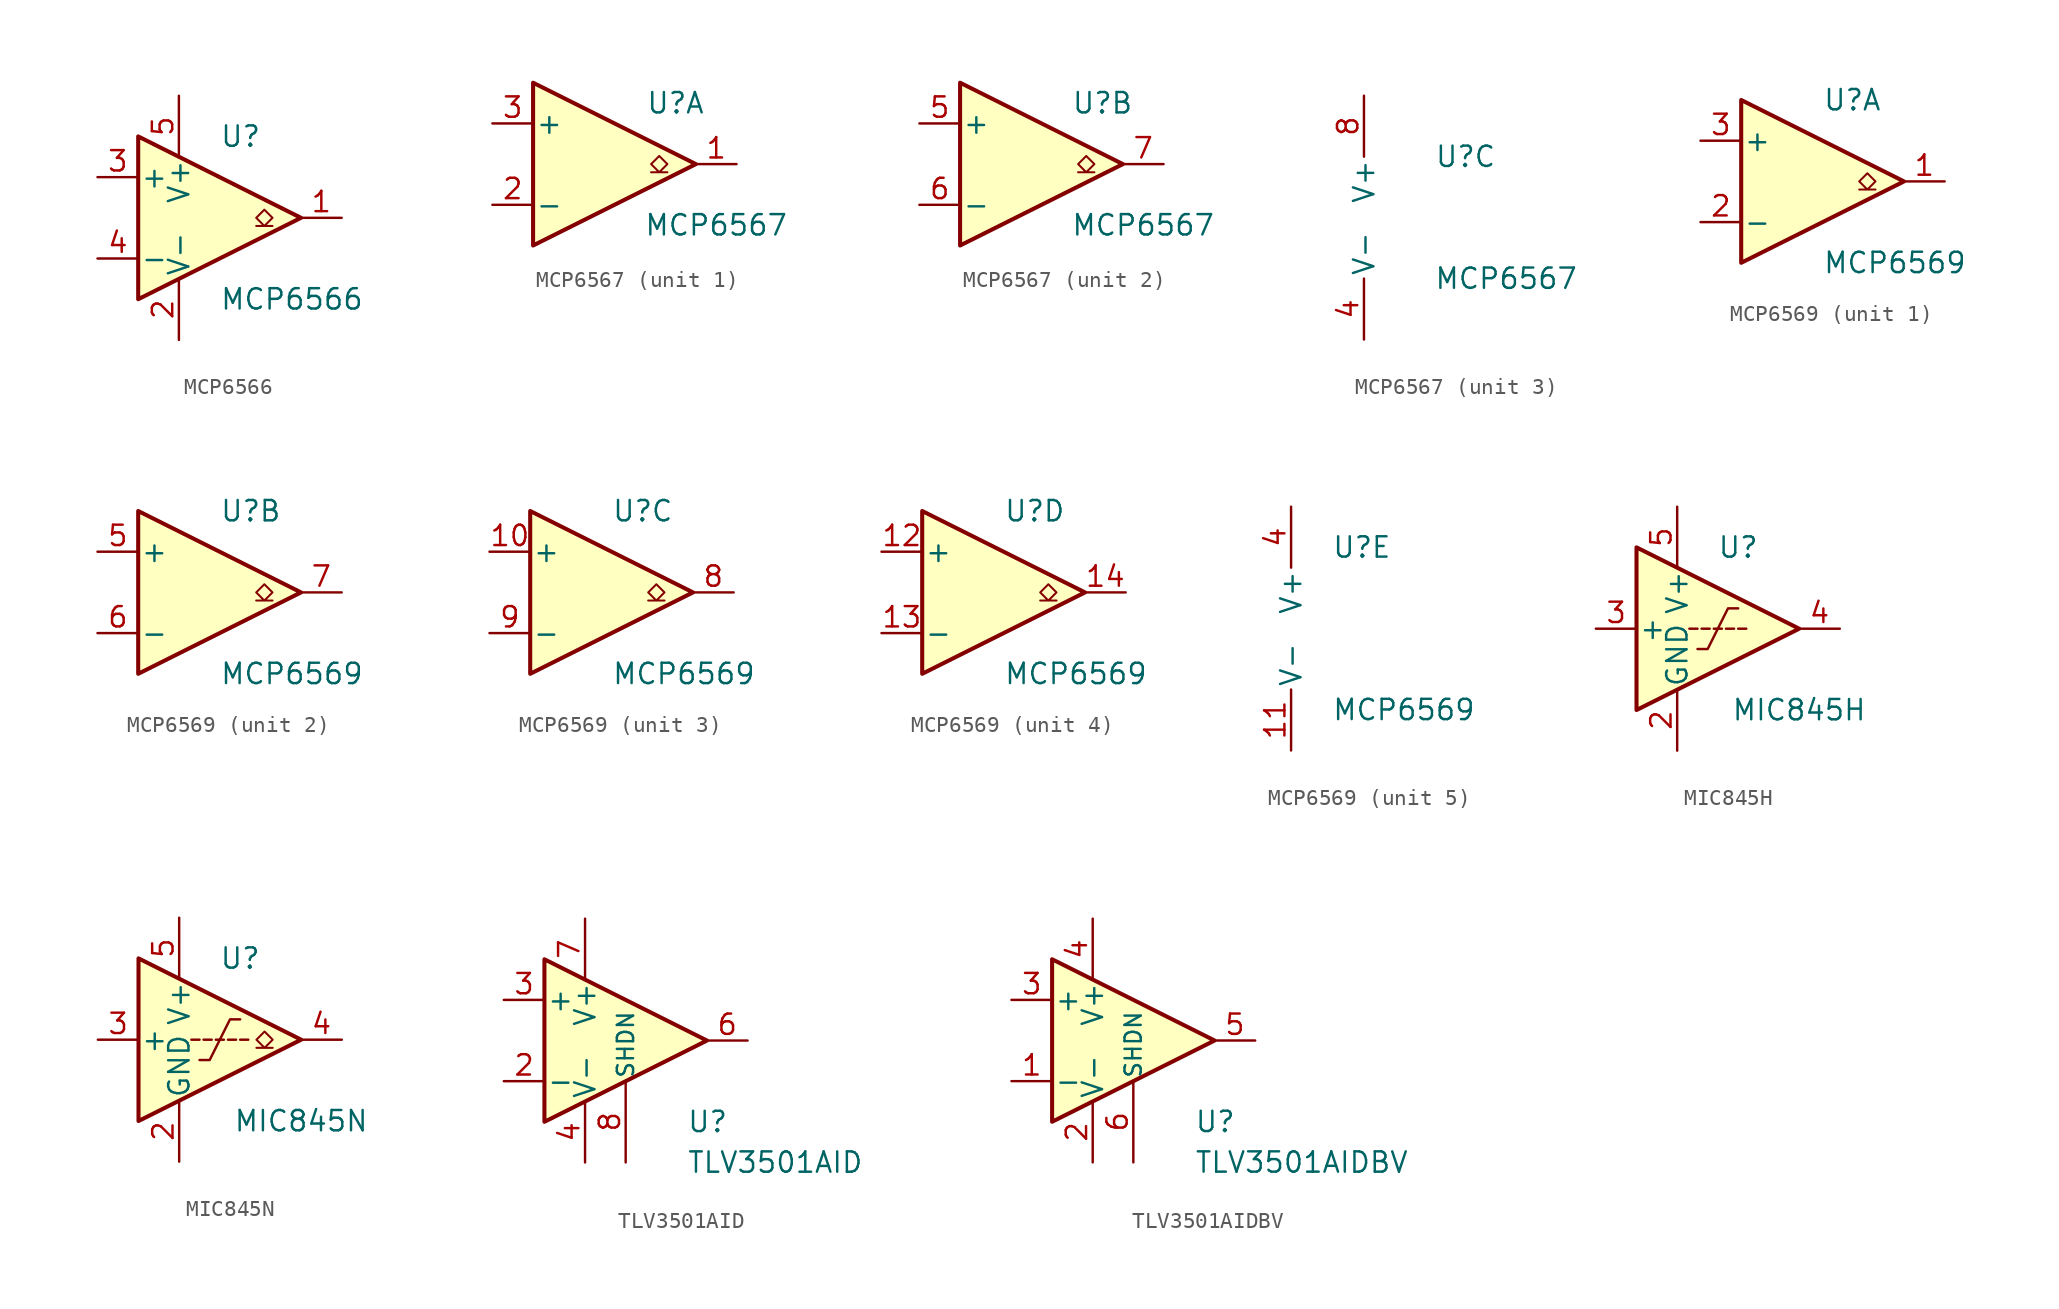
<source format=kicad_sym>
(kicad_symbol_lib
  (version 20241209)
  (generator "kicad_symbol_editor")
  (generator_version "9.0")
  (symbol "MCP6566"
    (pin_names
      (offset 0.127))
    (property "Reference" "U"
      (at 0 5.08 0)
      (effects (font (size 1.27 1.27)) (justify left)))
    (property "Value" "MCP6566"
      (at 0 -5.08 0)
      (effects (font (size 1.27 1.27)) (justify left)))
    (symbol "MCP6566_0_1"
      (polyline (pts (xy -5.08 5.08) (xy 5.08 0) (xy -5.08 -5.08) (xy -5.08 5.08)) (stroke (width 0.254) (type default)) (fill (type background)))
      (polyline (pts (xy 3.302 -0.508) (xy 2.794 -0.508) (xy 3.302 0) (xy 2.794 0.508) (xy 2.286 0) (xy 2.794 -0.508) (xy 2.286 -0.508)) (stroke (width 0.127) (type default)) (fill (type none)))
      (pin power_in line (at -2.54 7.62 270) (length 3.81) (name "V+" (effects (font (size 1.27 1.27)))) (number "5" (effects (font (size 1.27 1.27)))))
      (pin power_in line (at -2.54 -7.62 90) (length 3.81) (name "V-" (effects (font (size 1.27 1.27)))) (number "2" (effects (font (size 1.27 1.27))))))
    (symbol "MCP6566_1_1"
      (pin input line (at -7.62 2.54 0) (length 2.54) (name "+" (effects (font (size 1.27 1.27)))) (number "3" (effects (font (size 1.27 1.27)))))
      (pin input line (at -7.62 -2.54 0) (length 2.54) (name "-" (effects (font (size 1.27 1.27)))) (number "4" (effects (font (size 1.27 1.27)))))
      (pin open_collector line (at 7.62 0 180) (length 2.54) (name "~" (effects (font (size 1.27 1.27)))) (number "1" (effects (font (size 1.27 1.27)))))))
  (symbol "MCP6567"
    (pin_names
      (offset 0.127))
    (property "Reference" "U"
      (at 3.81 3.81 0)
      (effects (font (size 1.27 1.27))))
    (property "Value" "MCP6567"
      (at 6.35 -3.81 0)
      (effects (font (size 1.27 1.27))))
    (property "ki_locked" ""
      (at 0 0 0)
      (effects (font (size 1.27 1.27))))
    (symbol "MCP6567_1_1"
      (polyline (pts (xy -5.08 5.08) (xy 5.08 0) (xy -5.08 -5.08) (xy -5.08 5.08)) (stroke (width 0.254) (type default)) (fill (type background)))
      (polyline (pts (xy 3.302 -0.508) (xy 2.794 -0.508) (xy 3.302 0) (xy 2.794 0.508) (xy 2.286 0) (xy 2.794 -0.508) (xy 2.286 -0.508)) (stroke (width 0.127) (type default)) (fill (type none)))
      (pin input line (at -7.62 2.54 0) (length 2.54) (name "+" (effects (font (size 1.27 1.27)))) (number "3" (effects (font (size 1.27 1.27)))))
      (pin input line (at -7.62 -2.54 0) (length 2.54) (name "-" (effects (font (size 1.27 1.27)))) (number "2" (effects (font (size 1.27 1.27)))))
      (pin open_collector line (at 7.62 0 180) (length 2.54) (name "~" (effects (font (size 1.27 1.27)))) (number "1" (effects (font (size 1.27 1.27))))))
    (symbol "MCP6567_2_1"
      (polyline (pts (xy -5.08 5.08) (xy 5.08 0) (xy -5.08 -5.08) (xy -5.08 5.08)) (stroke (width 0.254) (type default)) (fill (type background)))
      (polyline (pts (xy 3.302 -0.508) (xy 2.794 -0.508) (xy 3.302 0) (xy 2.794 0.508) (xy 2.286 0) (xy 2.794 -0.508) (xy 2.286 -0.508)) (stroke (width 0.127) (type default)) (fill (type none)))
      (pin input line (at -7.62 2.54 0) (length 2.54) (name "+" (effects (font (size 1.27 1.27)))) (number "5" (effects (font (size 1.27 1.27)))))
      (pin input line (at -7.62 -2.54 0) (length 2.54) (name "-" (effects (font (size 1.27 1.27)))) (number "6" (effects (font (size 1.27 1.27)))))
      (pin open_collector line (at 7.62 0 180) (length 2.54) (name "~" (effects (font (size 1.27 1.27)))) (number "7" (effects (font (size 1.27 1.27))))))
    (symbol "MCP6567_3_1"
      (pin power_in line (at -2.54 7.62 270) (length 3.81) (name "V+" (effects (font (size 1.27 1.27)))) (number "8" (effects (font (size 1.27 1.27)))))
      (pin power_in line (at -2.54 -7.62 90) (length 3.81) (name "V-" (effects (font (size 1.27 1.27)))) (number "4" (effects (font (size 1.27 1.27)))))))
  (symbol "MCP6569"
    (pin_names
      (offset 0.127))
    (property "Reference" "U"
      (at 0 5.08 0)
      (effects (font (size 1.27 1.27)) (justify left)))
    (property "Value" "MCP6569"
      (at 0 -5.08 0)
      (effects (font (size 1.27 1.27)) (justify left)))
    (property "ki_locked" ""
      (at 0 0 0)
      (effects (font (size 1.27 1.27))))
    (symbol "MCP6569_1_1"
      (polyline (pts (xy -5.08 5.08) (xy 5.08 0) (xy -5.08 -5.08) (xy -5.08 5.08)) (stroke (width 0.254) (type default)) (fill (type background)))
      (polyline (pts (xy 3.302 -0.508) (xy 2.794 -0.508) (xy 3.302 0) (xy 2.794 0.508) (xy 2.286 0) (xy 2.794 -0.508) (xy 2.286 -0.508)) (stroke (width 0.127) (type default)) (fill (type none)))
      (pin input line (at -7.62 2.54 0) (length 2.54) (name "+" (effects (font (size 1.27 1.27)))) (number "3" (effects (font (size 1.27 1.27)))))
      (pin input line (at -7.62 -2.54 0) (length 2.54) (name "-" (effects (font (size 1.27 1.27)))) (number "2" (effects (font (size 1.27 1.27)))))
      (pin open_collector line (at 7.62 0 180) (length 2.54) (name "~" (effects (font (size 1.27 1.27)))) (number "1" (effects (font (size 1.27 1.27))))))
    (symbol "MCP6569_2_1"
      (polyline (pts (xy -5.08 5.08) (xy 5.08 0) (xy -5.08 -5.08) (xy -5.08 5.08)) (stroke (width 0.254) (type default)) (fill (type background)))
      (polyline (pts (xy 3.302 -0.508) (xy 2.794 -0.508) (xy 3.302 0) (xy 2.794 0.508) (xy 2.286 0) (xy 2.794 -0.508) (xy 2.286 -0.508)) (stroke (width 0.127) (type default)) (fill (type none)))
      (pin input line (at -7.62 2.54 0) (length 2.54) (name "+" (effects (font (size 1.27 1.27)))) (number "5" (effects (font (size 1.27 1.27)))))
      (pin input line (at -7.62 -2.54 0) (length 2.54) (name "-" (effects (font (size 1.27 1.27)))) (number "6" (effects (font (size 1.27 1.27)))))
      (pin open_collector line (at 7.62 0 180) (length 2.54) (name "~" (effects (font (size 1.27 1.27)))) (number "7" (effects (font (size 1.27 1.27))))))
    (symbol "MCP6569_3_1"
      (polyline (pts (xy -5.08 5.08) (xy 5.08 0) (xy -5.08 -5.08) (xy -5.08 5.08)) (stroke (width 0.254) (type default)) (fill (type background)))
      (polyline (pts (xy 3.302 -0.508) (xy 2.794 -0.508) (xy 3.302 0) (xy 2.794 0.508) (xy 2.286 0) (xy 2.794 -0.508) (xy 2.286 -0.508)) (stroke (width 0.127) (type default)) (fill (type none)))
      (pin input line (at -7.62 2.54 0) (length 2.54) (name "+" (effects (font (size 1.27 1.27)))) (number "10" (effects (font (size 1.27 1.27)))))
      (pin input line (at -7.62 -2.54 0) (length 2.54) (name "-" (effects (font (size 1.27 1.27)))) (number "9" (effects (font (size 1.27 1.27)))))
      (pin open_collector line (at 7.62 0 180) (length 2.54) (name "~" (effects (font (size 1.27 1.27)))) (number "8" (effects (font (size 1.27 1.27))))))
    (symbol "MCP6569_4_1"
      (polyline (pts (xy -5.08 5.08) (xy 5.08 0) (xy -5.08 -5.08) (xy -5.08 5.08)) (stroke (width 0.254) (type default)) (fill (type background)))
      (polyline (pts (xy 3.302 -0.508) (xy 2.794 -0.508) (xy 3.302 0) (xy 2.794 0.508) (xy 2.286 0) (xy 2.794 -0.508) (xy 2.286 -0.508)) (stroke (width 0.127) (type default)) (fill (type none)))
      (pin input line (at -7.62 2.54 0) (length 2.54) (name "+" (effects (font (size 1.27 1.27)))) (number "12" (effects (font (size 1.27 1.27)))))
      (pin input line (at -7.62 -2.54 0) (length 2.54) (name "-" (effects (font (size 1.27 1.27)))) (number "13" (effects (font (size 1.27 1.27)))))
      (pin open_collector line (at 7.62 0 180) (length 2.54) (name "~" (effects (font (size 1.27 1.27)))) (number "14" (effects (font (size 1.27 1.27))))))
    (symbol "MCP6569_5_1"
      (pin power_in line (at -2.54 7.62 270) (length 3.81) (name "V+" (effects (font (size 1.27 1.27)))) (number "4" (effects (font (size 1.27 1.27)))))
      (pin power_in line (at -2.54 -7.62 90) (length 3.81) (name "V-" (effects (font (size 1.27 1.27)))) (number "11" (effects (font (size 1.27 1.27)))))))
  (symbol "MIC845H"
    (pin_names
      (offset 0.127))
    (property "Reference" "U"
      (at 3.81 5.08 0)
      (effects (font (size 1.27 1.27))))
    (property "Value" "MIC845H"
      (at 7.62 -5.08 0)
      (effects (font (size 1.27 1.27))))
    (symbol "MIC845H_0_1"
      (polyline (pts (xy -2.54 5.08) (xy 7.62 0) (xy -2.54 -5.08) (xy -2.54 5.08)) (stroke (width 0.254) (type default)) (fill (type background)))
      (polyline (pts (xy 1.27 0) (xy 0.762 0)) (stroke (width 0) (type default)) (fill (type none)))
      (polyline (pts (xy 1.27 -1.27) (xy 1.905 -1.27) (xy 3.175 1.27) (xy 3.81 1.27)) (stroke (width 0) (type default)) (fill (type none)))
      (polyline (pts (xy 2.032 0) (xy 1.524 0)) (stroke (width 0) (type default)) (fill (type none)))
      (polyline (pts (xy 2.286 0) (xy 2.794 0)) (stroke (width 0) (type default)) (fill (type none)))
      (polyline (pts (xy 3.048 0) (xy 3.556 0)) (stroke (width 0) (type default)) (fill (type none)))
      (polyline (pts (xy 3.81 0) (xy 4.318 0)) (stroke (width 0) (type default)) (fill (type none))))
    (symbol "MIC845H_1_1"
      (pin input line (at -5.08 0 0) (length 2.54) (name "+" (effects (font (size 1.27 1.27)))) (number "3" (effects (font (size 1.27 1.27)))))
      (pin no_connect line (at -2.54 0 0) (length 2.54) (hide yes) (name "NIC" (effects (font (size 1.27 1.27)))) (number "1" (effects (font (size 1.27 1.27)))))
      (pin power_in line (at 0 7.62 270) (length 3.81) (name "V+" (effects (font (size 1.27 1.27)))) (number "5" (effects (font (size 1.27 1.27)))))
      (pin power_in line (at 0 -7.62 90) (length 3.81) (name "GND" (effects (font (size 1.27 1.27)))) (number "2" (effects (font (size 1.27 1.27)))))
      (pin output line (at 10.16 0 180) (length 2.54) (name "~" (effects (font (size 1.27 1.27)))) (number "4" (effects (font (size 1.27 1.27)))))))
  (symbol "MIC845N"
    (pin_names
      (offset 0.127))
    (property "Reference" "U"
      (at 3.81 5.08 0)
      (effects (font (size 1.27 1.27))))
    (property "Value" "MIC845N"
      (at 7.62 -5.08 0)
      (effects (font (size 1.27 1.27))))
    (symbol "MIC845N_0_1"
      (polyline (pts (xy -2.54 5.08) (xy 7.62 0) (xy -2.54 -5.08) (xy -2.54 5.08)) (stroke (width 0.254) (type default)) (fill (type background)))
      (polyline (pts (xy 1.27 0) (xy 0.762 0)) (stroke (width 0) (type default)) (fill (type none)))
      (polyline (pts (xy 1.27 -1.27) (xy 1.905 -1.27) (xy 3.175 1.27) (xy 3.81 1.27)) (stroke (width 0) (type default)) (fill (type none)))
      (polyline (pts (xy 2.032 0) (xy 1.524 0)) (stroke (width 0) (type default)) (fill (type none)))
      (polyline (pts (xy 2.286 0) (xy 2.794 0)) (stroke (width 0) (type default)) (fill (type none)))
      (polyline (pts (xy 3.048 0) (xy 3.556 0)) (stroke (width 0) (type default)) (fill (type none)))
      (polyline (pts (xy 3.81 0) (xy 4.318 0)) (stroke (width 0) (type default)) (fill (type none)))
      (polyline (pts (xy 5.842 -0.508) (xy 5.334 -0.508) (xy 5.842 0) (xy 5.334 0.508) (xy 4.826 0) (xy 5.334 -0.508) (xy 4.826 -0.508)) (stroke (width 0.127) (type default)) (fill (type none))))
    (symbol "MIC845N_1_1"
      (pin input line (at -5.08 0 0) (length 2.54) (name "+" (effects (font (size 1.27 1.27)))) (number "3" (effects (font (size 1.27 1.27)))))
      (pin no_connect line (at -2.54 0 0) (length 2.54) (hide yes) (name "NIC" (effects (font (size 1.27 1.27)))) (number "1" (effects (font (size 1.27 1.27)))))
      (pin power_in line (at 0 7.62 270) (length 3.81) (name "V+" (effects (font (size 1.27 1.27)))) (number "5" (effects (font (size 1.27 1.27)))))
      (pin power_in line (at 0 -7.62 90) (length 3.81) (name "GND" (effects (font (size 1.27 1.27)))) (number "2" (effects (font (size 1.27 1.27)))))
      (pin open_collector line (at 10.16 0 180) (length 2.54) (name "~" (effects (font (size 1.27 1.27)))) (number "4" (effects (font (size 1.27 1.27)))))))
  (symbol "TLV3501AID"
    (pin_names
      (offset 0.127))
    (property "Reference" "U"
      (at 3.81 -5.08 0)
      (effects (font (size 1.27 1.27)) (justify left)))
    (property "Value" "TLV3501AID"
      (at 3.81 -7.62 0)
      (effects (font (size 1.27 1.27)) (justify left)))
    (symbol "TLV3501AID_1_1"
      (polyline (pts (xy -5.08 5.08) (xy 5.08 0) (xy -5.08 -5.08) (xy -5.08 5.08)) (stroke (width 0.254) (type default)) (fill (type background)))
      (pin input line (at -7.62 2.54 0) (length 2.54) (name "+" (effects (font (size 1.27 1.27)))) (number "3" (effects (font (size 1.27 1.27)))))
      (pin input line (at -7.62 -2.54 0) (length 2.54) (name "-" (effects (font (size 1.27 1.27)))) (number "2" (effects (font (size 1.27 1.27)))))
      (pin no_connect line (at -5.08 5.08 180) (length 0) (hide yes) (name "NC" (effects (font (size 1.27 1.27)))) (number "1" (effects (font (size 1.27 1.27)))))
      (pin no_connect line (at -5.08 -5.08 180) (length 0) (hide yes) (name "NC" (effects (font (size 1.27 1.27)))) (number "5" (effects (font (size 1.27 1.27)))))
      (pin power_in line (at -2.54 7.62 270) (length 3.81) (name "V+" (effects (font (size 1.27 1.27)))) (number "7" (effects (font (size 1.27 1.27)))))
      (pin power_in line (at -2.54 -7.62 90) (length 3.81) (name "V-" (effects (font (size 1.27 1.27)))) (number "4" (effects (font (size 1.27 1.27)))))
      (pin input line (at 0 -7.62 90) (length 5.08) (name "SHDN" (effects (font (size 1.016 1.016)))) (number "8" (effects (font (size 1.27 1.27)))))
      (pin output line (at 7.62 0 180) (length 2.54) (name "~" (effects (font (size 1.27 1.27)))) (number "6" (effects (font (size 1.27 1.27)))))))
  (symbol "TLV3501AIDBV"
    (pin_names
      (offset 0.127))
    (property "Reference" "U"
      (at 3.81 -5.08 0)
      (effects (font (size 1.27 1.27)) (justify left)))
    (property "Value" "TLV3501AIDBV"
      (at 3.81 -7.62 0)
      (effects (font (size 1.27 1.27)) (justify left)))
    (symbol "TLV3501AIDBV_1_1"
      (polyline (pts (xy -5.08 5.08) (xy 5.08 0) (xy -5.08 -5.08) (xy -5.08 5.08)) (stroke (width 0.254) (type default)) (fill (type background)))
      (pin input line (at -7.62 2.54 0) (length 2.54) (name "+" (effects (font (size 1.27 1.27)))) (number "3" (effects (font (size 1.27 1.27)))))
      (pin input line (at -7.62 -2.54 0) (length 2.54) (name "-" (effects (font (size 1.27 1.27)))) (number "1" (effects (font (size 1.27 1.27)))))
      (pin power_in line (at -2.54 7.62 270) (length 3.81) (name "V+" (effects (font (size 1.27 1.27)))) (number "4" (effects (font (size 1.27 1.27)))))
      (pin power_in line (at -2.54 -7.62 90) (length 3.81) (name "V-" (effects (font (size 1.27 1.27)))) (number "2" (effects (font (size 1.27 1.27)))))
      (pin input line (at 0 -7.62 90) (length 5.08) (name "SHDN" (effects (font (size 1.016 1.016)))) (number "6" (effects (font (size 1.27 1.27)))))
      (pin output line (at 7.62 0 180) (length 2.54) (name "~" (effects (font (size 1.27 1.27)))) (number "5" (effects (font (size 1.27 1.27))))))))
</source>
